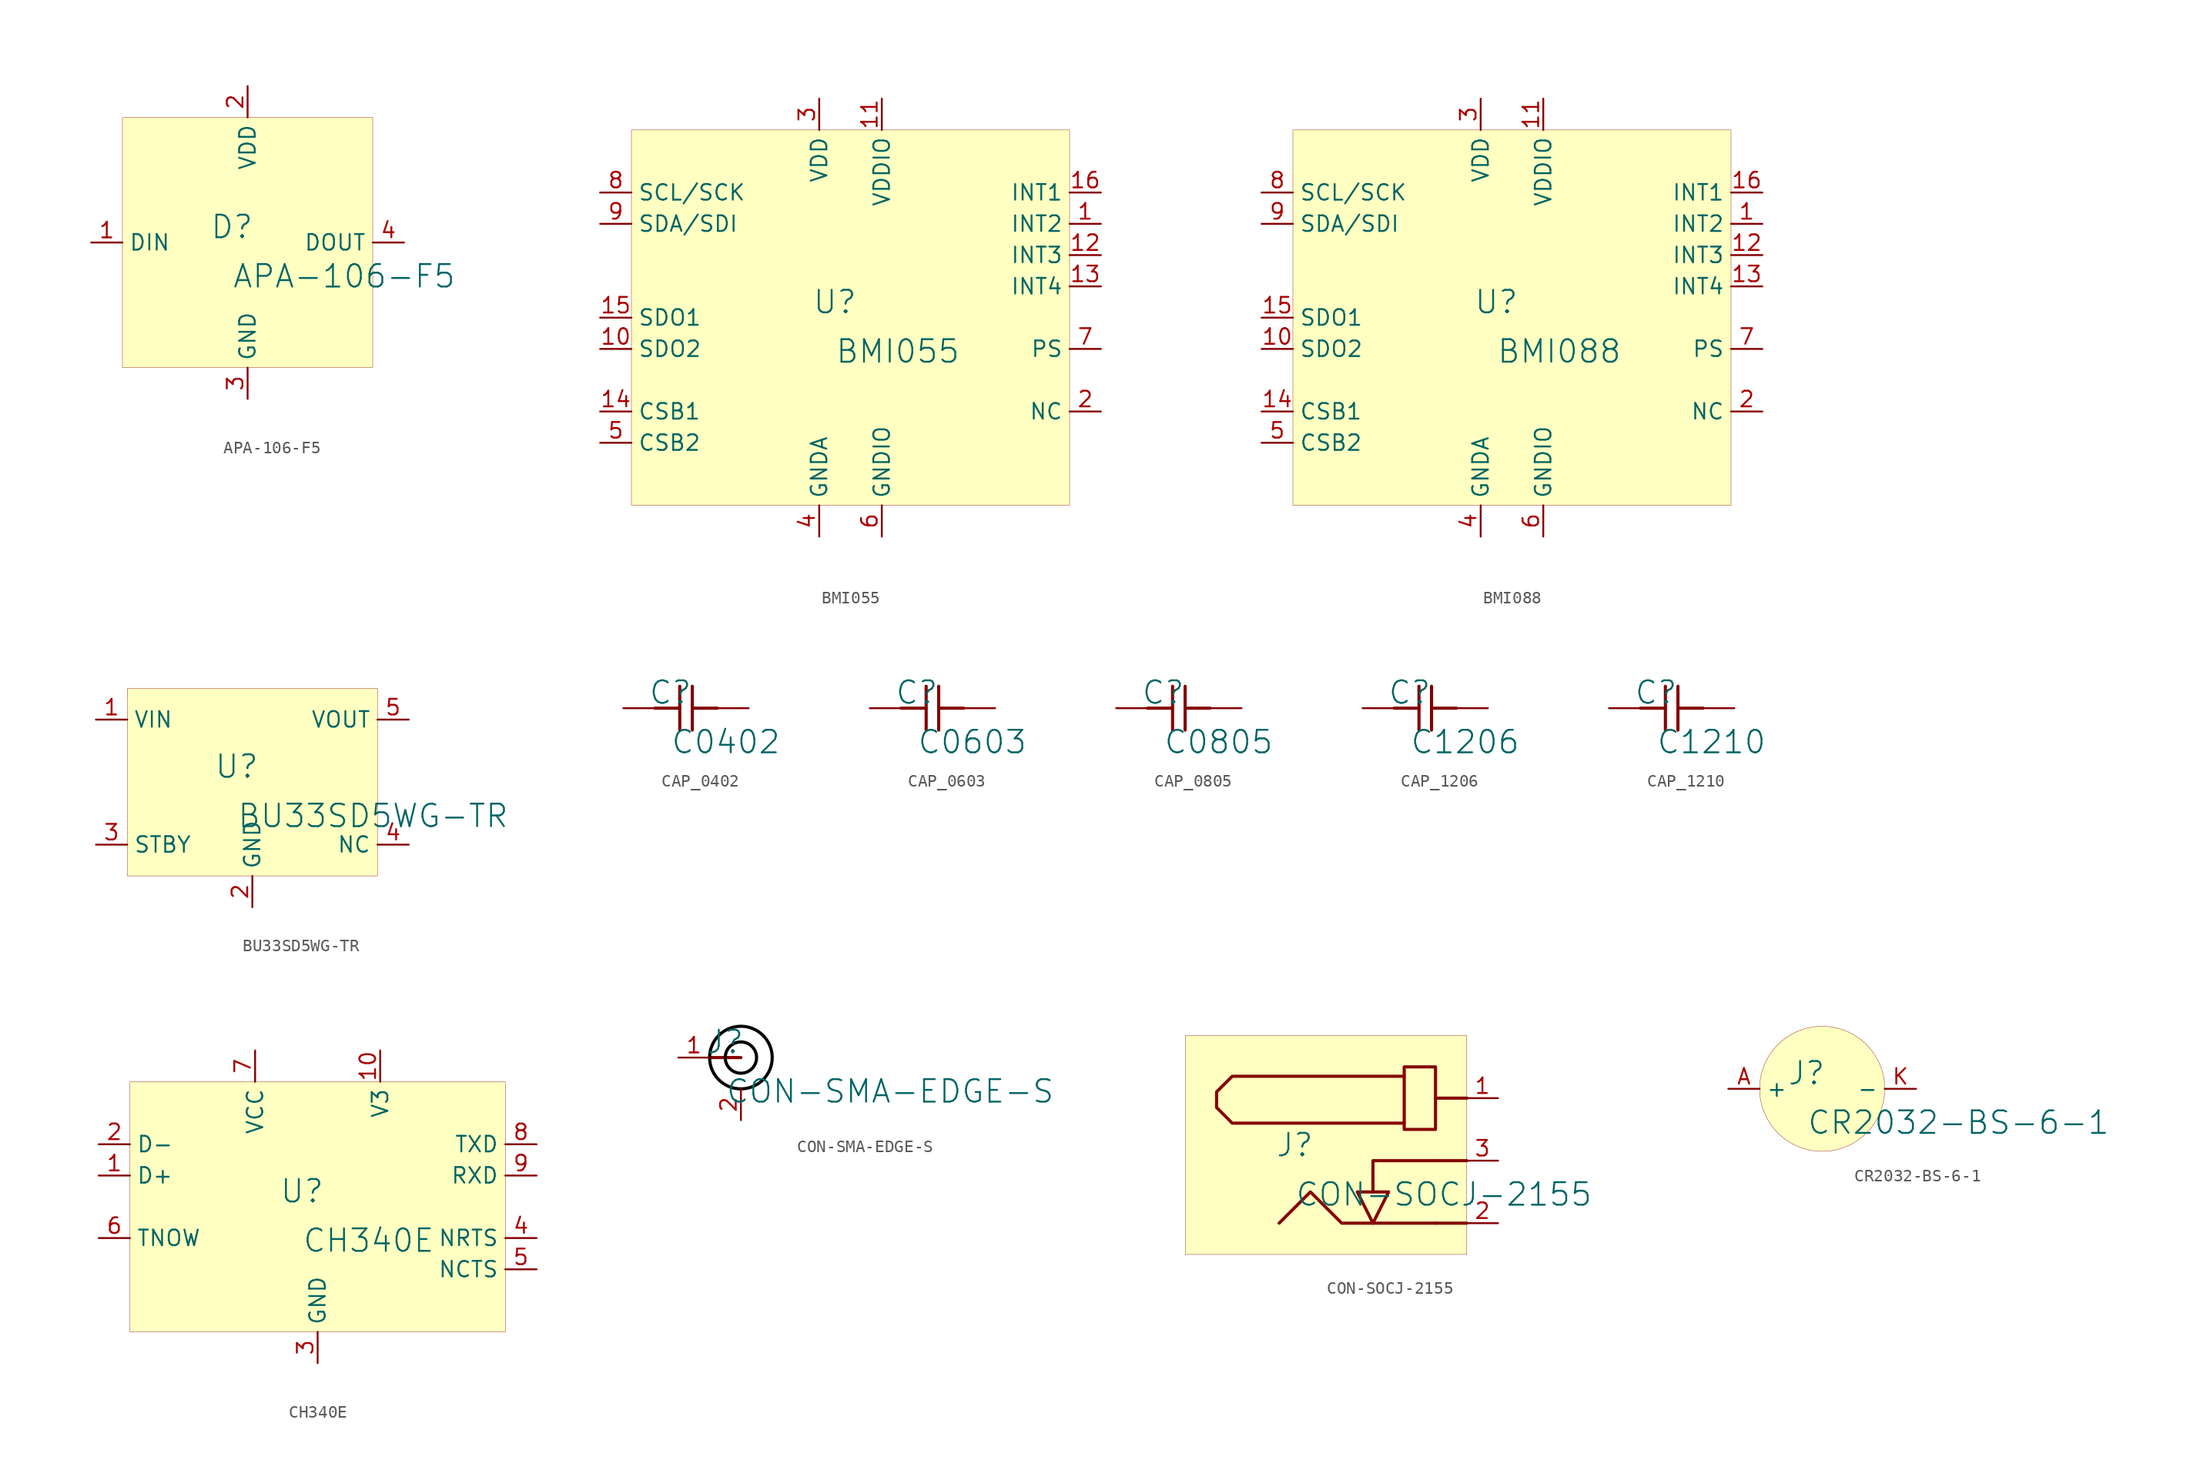
<source format=kicad_sym>
(kicad_symbol_lib
  (version 20231120)
  (generator "kicad_symbol_editor")
  (generator_version "8.0")
  (symbol "APA-106-F5"
    (property "Reference" "D"
      (at -1.27 1.27 0)
      (effects (font (size 1.829 1.829))))
    (property "Value" "APA-106-F5"
      (at -1.27 -3.81 0)
      (effects (font (size 1.829 1.829)) (justify left bottom)))
    (symbol "APA-106-F5_1_0"
      (rectangle (start 10.16 10.16) (end -10.16 -10.16) (stroke (width 0.025) (type solid) (color 128 0 0 1)) (fill (type background)))
      (pin input line (at -12.7 0 0) (length 2.54) (name "DIN" (effects (font (size 1.27 1.27)))) (number "1" (effects (font (size 1.27 1.27)))))
      (pin power_in line (at 0 12.7 270) (length 2.54) (name "VDD" (effects (font (size 1.27 1.27)))) (number "2" (effects (font (size 1.27 1.27)))))
      (pin power_in line (at 0 -12.7 90) (length 2.54) (name "GND" (effects (font (size 1.27 1.27)))) (number "3" (effects (font (size 1.27 1.27)))))
      (pin output line (at 12.7 0 180) (length 2.54) (name "DOUT" (effects (font (size 1.27 1.27)))) (number "4" (effects (font (size 1.27 1.27)))))))
  (symbol "BMI055"
    (property "Reference" "U"
      (at -1.27 1.27 0)
      (effects (font (size 1.829 1.829))))
    (property "Value" "BMI055"
      (at -1.27 -3.81 0)
      (effects (font (size 1.829 1.829)) (justify left bottom)))
    (symbol "BMI055_1_0"
      (rectangle (start 17.78 15.24) (end -17.78 -15.24) (stroke (width 0.025) (type solid) (color 128 0 0 1)) (fill (type background)))
      (pin bidirectional line (at 20.32 7.62 180) (length 2.54) (name "INT2" (effects (font (size 1.27 1.27)))) (number "1" (effects (font (size 1.27 1.27)))))
      (pin output line (at -20.32 -2.54 0) (length 2.54) (name "SDO2" (effects (font (size 1.27 1.27)))) (number "10" (effects (font (size 1.27 1.27)))))
      (pin power_in line (at 2.54 17.78 270) (length 2.54) (name "VDDIO" (effects (font (size 1.27 1.27)))) (number "11" (effects (font (size 1.27 1.27)))))
      (pin bidirectional line (at 20.32 5.08 180) (length 2.54) (name "INT3" (effects (font (size 1.27 1.27)))) (number "12" (effects (font (size 1.27 1.27)))))
      (pin bidirectional line (at 20.32 2.54 180) (length 2.54) (name "INT4" (effects (font (size 1.27 1.27)))) (number "13" (effects (font (size 1.27 1.27)))))
      (pin input line (at -20.32 -7.62 0) (length 2.54) (name "CSB1" (effects (font (size 1.27 1.27)))) (number "14" (effects (font (size 1.27 1.27)))))
      (pin output line (at -20.32 0 0) (length 2.54) (name "SDO1" (effects (font (size 1.27 1.27)))) (number "15" (effects (font (size 1.27 1.27)))))
      (pin bidirectional line (at 20.32 10.16 180) (length 2.54) (name "INT1" (effects (font (size 1.27 1.27)))) (number "16" (effects (font (size 1.27 1.27)))))
      (pin passive line (at 20.32 -7.62 180) (length 2.54) (name "NC" (effects (font (size 1.27 1.27)))) (number "2" (effects (font (size 1.27 1.27)))))
      (pin power_in line (at -2.54 17.78 270) (length 2.54) (name "VDD" (effects (font (size 1.27 1.27)))) (number "3" (effects (font (size 1.27 1.27)))))
      (pin power_in line (at -2.54 -17.78 90) (length 2.54) (name "GNDA" (effects (font (size 1.27 1.27)))) (number "4" (effects (font (size 1.27 1.27)))))
      (pin input line (at -20.32 -10.16 0) (length 2.54) (name "CSB2" (effects (font (size 1.27 1.27)))) (number "5" (effects (font (size 1.27 1.27)))))
      (pin power_in line (at 2.54 -17.78 90) (length 2.54) (name "GNDIO" (effects (font (size 1.27 1.27)))) (number "6" (effects (font (size 1.27 1.27)))))
      (pin input line (at 20.32 -2.54 180) (length 2.54) (name "PS" (effects (font (size 1.27 1.27)))) (number "7" (effects (font (size 1.27 1.27)))))
      (pin input line (at -20.32 10.16 0) (length 2.54) (name "SCL/SCK" (effects (font (size 1.27 1.27)))) (number "8" (effects (font (size 1.27 1.27)))))
      (pin bidirectional line (at -20.32 7.62 0) (length 2.54) (name "SDA/SDI" (effects (font (size 1.27 1.27)))) (number "9" (effects (font (size 1.27 1.27)))))))
  (symbol "BMI088"
    (property "Reference" "U"
      (at -1.27 1.27 0)
      (effects (font (size 1.829 1.829))))
    (property "Value" "BMI088"
      (at -1.27 -3.81 0)
      (effects (font (size 1.829 1.829)) (justify left bottom)))
    (symbol "BMI088_1_0"
      (rectangle (start 17.78 15.24) (end -17.78 -15.24) (stroke (width 0.025) (type solid) (color 128 0 0 1)) (fill (type background)))
      (pin bidirectional line (at 20.32 7.62 180) (length 2.54) (name "INT2" (effects (font (size 1.27 1.27)))) (number "1" (effects (font (size 1.27 1.27)))))
      (pin output line (at -20.32 -2.54 0) (length 2.54) (name "SDO2" (effects (font (size 1.27 1.27)))) (number "10" (effects (font (size 1.27 1.27)))))
      (pin power_in line (at 2.54 17.78 270) (length 2.54) (name "VDDIO" (effects (font (size 1.27 1.27)))) (number "11" (effects (font (size 1.27 1.27)))))
      (pin bidirectional line (at 20.32 5.08 180) (length 2.54) (name "INT3" (effects (font (size 1.27 1.27)))) (number "12" (effects (font (size 1.27 1.27)))))
      (pin bidirectional line (at 20.32 2.54 180) (length 2.54) (name "INT4" (effects (font (size 1.27 1.27)))) (number "13" (effects (font (size 1.27 1.27)))))
      (pin input line (at -20.32 -7.62 0) (length 2.54) (name "CSB1" (effects (font (size 1.27 1.27)))) (number "14" (effects (font (size 1.27 1.27)))))
      (pin output line (at -20.32 0 0) (length 2.54) (name "SDO1" (effects (font (size 1.27 1.27)))) (number "15" (effects (font (size 1.27 1.27)))))
      (pin bidirectional line (at 20.32 10.16 180) (length 2.54) (name "INT1" (effects (font (size 1.27 1.27)))) (number "16" (effects (font (size 1.27 1.27)))))
      (pin passive line (at 20.32 -7.62 180) (length 2.54) (name "NC" (effects (font (size 1.27 1.27)))) (number "2" (effects (font (size 1.27 1.27)))))
      (pin power_in line (at -2.54 17.78 270) (length 2.54) (name "VDD" (effects (font (size 1.27 1.27)))) (number "3" (effects (font (size 1.27 1.27)))))
      (pin power_in line (at -2.54 -17.78 90) (length 2.54) (name "GNDA" (effects (font (size 1.27 1.27)))) (number "4" (effects (font (size 1.27 1.27)))))
      (pin input line (at -20.32 -10.16 0) (length 2.54) (name "CSB2" (effects (font (size 1.27 1.27)))) (number "5" (effects (font (size 1.27 1.27)))))
      (pin power_in line (at 2.54 -17.78 90) (length 2.54) (name "GNDIO" (effects (font (size 1.27 1.27)))) (number "6" (effects (font (size 1.27 1.27)))))
      (pin input line (at 20.32 -2.54 180) (length 2.54) (name "PS" (effects (font (size 1.27 1.27)))) (number "7" (effects (font (size 1.27 1.27)))))
      (pin input line (at -20.32 10.16 0) (length 2.54) (name "SCL/SCK" (effects (font (size 1.27 1.27)))) (number "8" (effects (font (size 1.27 1.27)))))
      (pin bidirectional line (at -20.32 7.62 0) (length 2.54) (name "SDA/SDI" (effects (font (size 1.27 1.27)))) (number "9" (effects (font (size 1.27 1.27)))))))
  (symbol "BU33SD5WG-TR"
    (property "Reference" "U"
      (at -1.27 1.27 0)
      (effects (font (size 1.829 1.829))))
    (property "Value" "BU33SD5WG-TR"
      (at -1.27 -3.81 0)
      (effects (font (size 1.829 1.829)) (justify left bottom)))
    (symbol "BU33SD5WG-TR_1_0"
      (rectangle (start 10.16 7.62) (end -10.16 -7.62) (stroke (width 0.025) (type solid) (color 128 0 0 1)) (fill (type background)))
      (pin power_in line (at -12.7 5.08 0) (length 2.54) (name "VIN" (effects (font (size 1.27 1.27)))) (number "1" (effects (font (size 1.27 1.27)))))
      (pin power_in line (at 0 -10.16 90) (length 2.54) (name "GND" (effects (font (size 1.27 1.27)))) (number "2" (effects (font (size 1.27 1.27)))))
      (pin input line (at -12.7 -5.08 0) (length 2.54) (name "STBY" (effects (font (size 1.27 1.27)))) (number "3" (effects (font (size 1.27 1.27)))))
      (pin passive line (at 12.7 -5.08 180) (length 2.54) (name "NC" (effects (font (size 1.27 1.27)))) (number "4" (effects (font (size 1.27 1.27)))))
      (pin power_in line (at 12.7 5.08 180) (length 2.54) (name "VOUT" (effects (font (size 1.27 1.27)))) (number "5" (effects (font (size 1.27 1.27)))))))
  (symbol "CAP_0402"
    (property "Reference" "C"
      (at -1.27 1.27 0)
      (effects (font (size 1.829 1.829))))
    (property "Value" "C0402"
      (at -1.27 -3.81 0)
      (effects (font (size 1.829 1.829)) (justify left bottom)))
    (symbol "CAP_0402_1_0"
      (polyline (pts (xy -2.54 0) (xy -0.508 0)) (stroke (width 0.254) (type solid)) (fill (type none)))
      (polyline (pts (xy -0.508 1.778) (xy -0.508 -1.778)) (stroke (width 0.254) (type solid)) (fill (type none)))
      (polyline (pts (xy 0.508 -1.778) (xy 0.508 1.778)) (stroke (width 0.254) (type solid)) (fill (type none)))
      (polyline (pts (xy 0.508 0) (xy 2.54 0)) (stroke (width 0.254) (type solid)) (fill (type none)))
      (pin passive line (at -5.08 0 0) (length 2.54) (name "1" (effects (font (size 0 0)))) (number "1" (effects (font (size 0 0)))))
      (pin passive line (at 5.08 0 180) (length 2.54) (name "2" (effects (font (size 0 0)))) (number "2" (effects (font (size 0 0)))))))
  (symbol "CAP_0603"
    (property "Reference" "C"
      (at -1.27 1.27 0)
      (effects (font (size 1.829 1.829))))
    (property "Value" "C0603"
      (at -1.27 -3.81 0)
      (effects (font (size 1.829 1.829)) (justify left bottom)))
    (symbol "CAP_0603_1_0"
      (polyline (pts (xy -2.54 0) (xy -0.508 0)) (stroke (width 0.254) (type solid)) (fill (type none)))
      (polyline (pts (xy -0.508 1.778) (xy -0.508 -1.778)) (stroke (width 0.254) (type solid)) (fill (type none)))
      (polyline (pts (xy 0.508 -1.778) (xy 0.508 1.778)) (stroke (width 0.254) (type solid)) (fill (type none)))
      (polyline (pts (xy 0.508 0) (xy 2.54 0)) (stroke (width 0.254) (type solid)) (fill (type none)))
      (pin passive line (at -5.08 0 0) (length 2.54) (name "1" (effects (font (size 0 0)))) (number "1" (effects (font (size 0 0)))))
      (pin passive line (at 5.08 0 180) (length 2.54) (name "2" (effects (font (size 0 0)))) (number "2" (effects (font (size 0 0)))))))
  (symbol "CAP_0805"
    (property "Reference" "C"
      (at -1.27 1.27 0)
      (effects (font (size 1.829 1.829))))
    (property "Value" "C0805"
      (at -1.27 -3.81 0)
      (effects (font (size 1.829 1.829)) (justify left bottom)))
    (symbol "CAP_0805_1_0"
      (polyline (pts (xy -2.54 0) (xy -0.508 0)) (stroke (width 0.254) (type solid)) (fill (type none)))
      (polyline (pts (xy -0.508 1.778) (xy -0.508 -1.778)) (stroke (width 0.254) (type solid)) (fill (type none)))
      (polyline (pts (xy 0.508 -1.778) (xy 0.508 1.778)) (stroke (width 0.254) (type solid)) (fill (type none)))
      (polyline (pts (xy 0.508 0) (xy 2.54 0)) (stroke (width 0.254) (type solid)) (fill (type none)))
      (pin passive line (at -5.08 0 0) (length 2.54) (name "1" (effects (font (size 0 0)))) (number "1" (effects (font (size 0 0)))))
      (pin passive line (at 5.08 0 180) (length 2.54) (name "2" (effects (font (size 0 0)))) (number "2" (effects (font (size 0 0)))))))
  (symbol "CAP_1206"
    (property "Reference" "C"
      (at -1.27 1.27 0)
      (effects (font (size 1.829 1.829))))
    (property "Value" "C1206"
      (at -1.27 -3.81 0)
      (effects (font (size 1.829 1.829)) (justify left bottom)))
    (symbol "CAP_1206_1_0"
      (polyline (pts (xy -2.54 0) (xy -0.508 0)) (stroke (width 0.254) (type solid)) (fill (type none)))
      (polyline (pts (xy -0.508 1.778) (xy -0.508 -1.778)) (stroke (width 0.254) (type solid)) (fill (type none)))
      (polyline (pts (xy 0.508 -1.778) (xy 0.508 1.778)) (stroke (width 0.254) (type solid)) (fill (type none)))
      (polyline (pts (xy 0.508 0) (xy 2.54 0)) (stroke (width 0.254) (type solid)) (fill (type none)))
      (pin passive line (at -5.08 0 0) (length 2.54) (name "1" (effects (font (size 0 0)))) (number "1" (effects (font (size 0 0)))))
      (pin passive line (at 5.08 0 180) (length 2.54) (name "2" (effects (font (size 0 0)))) (number "2" (effects (font (size 0 0)))))))
  (symbol "CAP_1210"
    (property "Reference" "C"
      (at -1.27 1.27 0)
      (effects (font (size 1.829 1.829))))
    (property "Value" "C1210"
      (at -1.27 -3.81 0)
      (effects (font (size 1.829 1.829)) (justify left bottom)))
    (symbol "CAP_1210_1_0"
      (polyline (pts (xy -2.54 0) (xy -0.508 0)) (stroke (width 0.254) (type solid)) (fill (type none)))
      (polyline (pts (xy -0.508 1.778) (xy -0.508 -1.778)) (stroke (width 0.254) (type solid)) (fill (type none)))
      (polyline (pts (xy 0.508 -1.778) (xy 0.508 1.778)) (stroke (width 0.254) (type solid)) (fill (type none)))
      (polyline (pts (xy 0.508 0) (xy 2.54 0)) (stroke (width 0.254) (type solid)) (fill (type none)))
      (pin passive line (at -5.08 0 0) (length 2.54) (name "1" (effects (font (size 0 0)))) (number "1" (effects (font (size 0 0)))))
      (pin passive line (at 5.08 0 180) (length 2.54) (name "2" (effects (font (size 0 0)))) (number "2" (effects (font (size 0 0)))))))
  (symbol "CH340E"
    (property "Reference" "U"
      (at -1.27 1.27 0)
      (effects (font (size 1.829 1.829))))
    (property "Value" "CH340E"
      (at -1.27 -3.81 0)
      (effects (font (size 1.829 1.829)) (justify left bottom)))
    (symbol "CH340E_1_0"
      (rectangle (start 15.24 10.16) (end -15.24 -10.16) (stroke (width 0.025) (type solid) (color 128 0 0 1)) (fill (type background)))
      (pin bidirectional line (at -17.78 2.54 0) (length 2.54) (name "D+" (effects (font (size 1.27 1.27)))) (number "1" (effects (font (size 1.27 1.27)))))
      (pin power_in line (at 5.08 12.7 270) (length 2.54) (name "V3" (effects (font (size 1.27 1.27)))) (number "10" (effects (font (size 1.27 1.27)))))
      (pin bidirectional line (at -17.78 5.08 0) (length 2.54) (name "D-" (effects (font (size 1.27 1.27)))) (number "2" (effects (font (size 1.27 1.27)))))
      (pin power_in line (at 0 -12.7 90) (length 2.54) (name "GND" (effects (font (size 1.27 1.27)))) (number "3" (effects (font (size 1.27 1.27)))))
      (pin output line (at 17.78 -2.54 180) (length 2.54) (name "NRTS" (effects (font (size 1.27 1.27)))) (number "4" (effects (font (size 1.27 1.27)))))
      (pin input line (at 17.78 -5.08 180) (length 2.54) (name "NCTS" (effects (font (size 1.27 1.27)))) (number "5" (effects (font (size 1.27 1.27)))))
      (pin output line (at -17.78 -2.54 0) (length 2.54) (name "TNOW" (effects (font (size 1.27 1.27)))) (number "6" (effects (font (size 1.27 1.27)))))
      (pin power_in line (at -5.08 12.7 270) (length 2.54) (name "VCC" (effects (font (size 1.27 1.27)))) (number "7" (effects (font (size 1.27 1.27)))))
      (pin output line (at 17.78 5.08 180) (length 2.54) (name "TXD" (effects (font (size 1.27 1.27)))) (number "8" (effects (font (size 1.27 1.27)))))
      (pin input line (at 17.78 2.54 180) (length 2.54) (name "RXD" (effects (font (size 1.27 1.27)))) (number "9" (effects (font (size 1.27 1.27)))))))
  (symbol "CON-SMA-EDGE-S"
    (property "Reference" "J"
      (at -1.27 1.27 0)
      (effects (font (size 1.829 1.829))))
    (property "Value" "CON-SMA-EDGE-S"
      (at -1.27 -3.81 0)
      (effects (font (size 1.829 1.829)) (justify left bottom)))
    (symbol "CON-SMA-EDGE-S_1_0"
      (polyline (pts (xy -2.54 0) (xy 0 0)) (stroke (width 0.254) (type solid)) (fill (type none)))
      (circle (center 0 0) (radius 1.27) (stroke (width 0.254) (type solid) (color 0 0 0 1)) (fill (type none)))
      (circle (center 0 0) (radius 2.54) (stroke (width 0.254) (type solid) (color 0 0 0 1)) (fill (type none)))
      (pin passive line (at -5.08 0 0) (length 2.54) (name "1" (effects (font (size 0 0)))) (number "1" (effects (font (size 1.27 1.27)))))
      (pin passive line (at 0 -5.08 90) (length 2.54) (name "2" (effects (font (size 0 0)))) (number "2" (effects (font (size 1.27 1.27)))))))
  (symbol "CON-SOCJ-2155"
    (property "Reference" "J"
      (at -1.27 1.27 0)
      (effects (font (size 1.829 1.829))))
    (property "Value" "CON-SOCJ-2155"
      (at -1.27 -3.81 0)
      (effects (font (size 1.829 1.829)) (justify left bottom)))
    (symbol "CON-SOCJ-2155_1_0"
      (polyline (pts (xy 10.16 -5.08) (xy 12.7 -5.08)) (stroke (width 0.254) (type solid)) (fill (type none)))
      (polyline (pts (xy 10.16 0) (xy 12.7 0)) (stroke (width 0.254) (type solid)) (fill (type none)))
      (polyline (pts (xy 12.7 5.08) (xy 10.16 5.08)) (stroke (width 0.254) (type solid)) (fill (type none)))
      (polyline (pts (xy 10.16 0) (xy 5.08 0) (xy 5.08 -2.54)) (stroke (width 0.254) (type solid)) (fill (type none)))
      (polyline (pts (xy 3.81 -2.54) (xy 6.35 -2.54) (xy 5.08 -5.08) (xy 3.81 -2.54)) (stroke (width 0.254) (type solid)) (fill (type none)))
      (polyline (pts (xy 10.16 -5.08) (xy 2.54 -5.08) (xy 0 -2.54) (xy -2.54 -5.08)) (stroke (width 0.254) (type solid)) (fill (type none)))
      (polyline (pts (xy 10.16 7.62) (xy 10.16 2.54) (xy 7.62 2.54) (xy 7.62 7.62) (xy 10.16 7.62)) (stroke (width 0.254) (type solid)) (fill (type none)))
      (polyline (pts (xy 7.62 6.858) (xy -6.35 6.858) (xy -7.62 5.588) (xy -7.62 4.318) (xy -6.35 3.048) (xy 7.62 3.048)) (stroke (width 0.254) (type solid)) (fill (type none)))
      (rectangle (start 12.7 10.16) (end -10.16 -7.62) (stroke (width 0.025) (type solid) (color 128 0 0 1)) (fill (type background)))
      (pin passive line (at 15.24 5.08 180) (length 2.54) (name "1" (effects (font (size 0 0)))) (number "1" (effects (font (size 1.27 1.27)))))
      (pin passive line (at 15.24 -5.08 180) (length 2.54) (name "2" (effects (font (size 0 0)))) (number "2" (effects (font (size 1.27 1.27)))))
      (pin passive line (at 15.24 0 180) (length 2.54) (name "3" (effects (font (size 0 0)))) (number "3" (effects (font (size 1.27 1.27)))))))
  (symbol "CR2032-BS-6-1"
    (property "Reference" "J"
      (at -1.27 1.27 0)
      (effects (font (size 1.829 1.829))))
    (property "Value" "CR2032-BS-6-1"
      (at -1.27 -3.81 0)
      (effects (font (size 1.829 1.829)) (justify left bottom)))
    (symbol "CR2032-BS-6-1_1_0"
      (circle (center 0 0) (radius 5.08) (stroke (width 0.025) (type solid)) (fill (type background)))
      (pin passive line (at -7.62 0 0) (length 2.54) (name "+" (effects (font (size 1.27 1.27)))) (number "A" (effects (font (size 1.27 1.27)))))
      (pin passive line (at 7.62 0 180) (length 2.54) (name "-" (effects (font (size 1.27 1.27)))) (number "K" (effects (font (size 1.27 1.27))))))))
</source>
